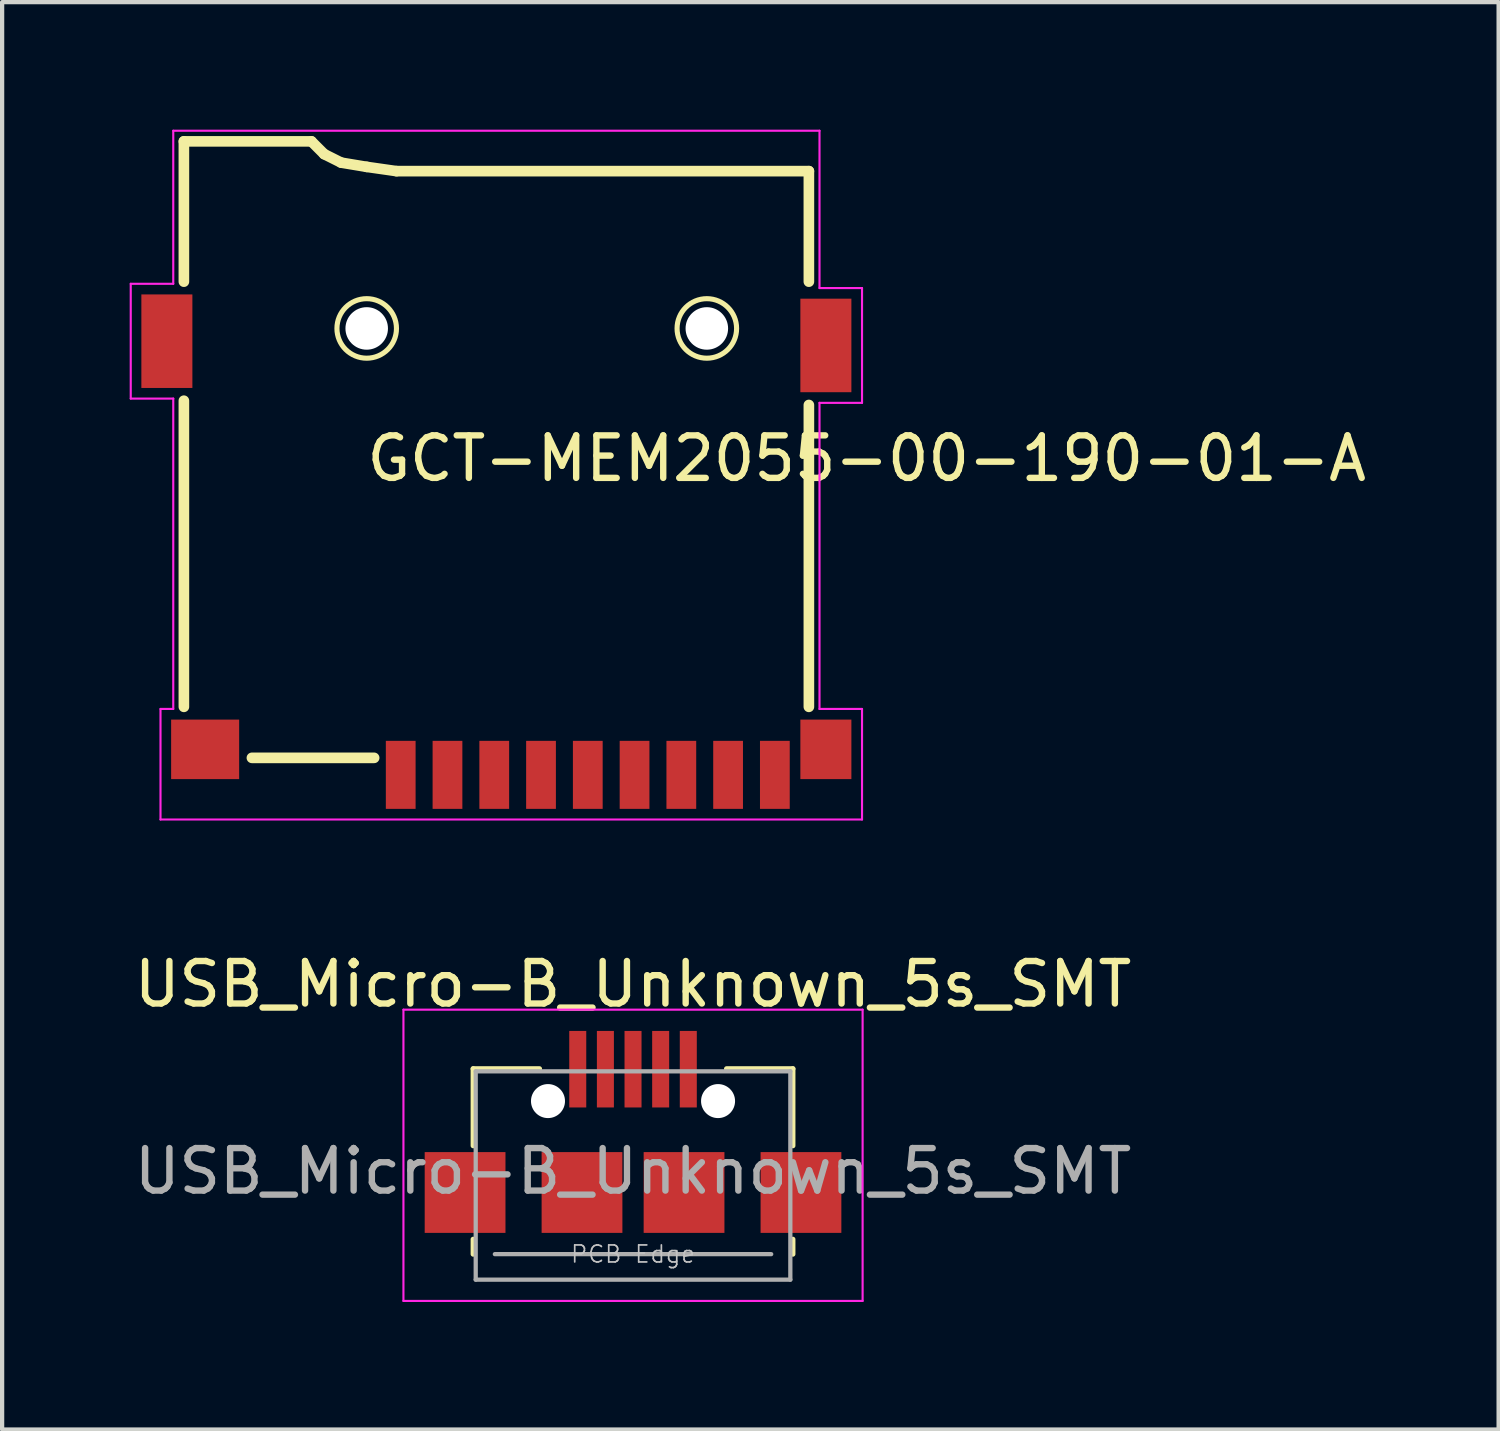
<source format=kicad_pcb>
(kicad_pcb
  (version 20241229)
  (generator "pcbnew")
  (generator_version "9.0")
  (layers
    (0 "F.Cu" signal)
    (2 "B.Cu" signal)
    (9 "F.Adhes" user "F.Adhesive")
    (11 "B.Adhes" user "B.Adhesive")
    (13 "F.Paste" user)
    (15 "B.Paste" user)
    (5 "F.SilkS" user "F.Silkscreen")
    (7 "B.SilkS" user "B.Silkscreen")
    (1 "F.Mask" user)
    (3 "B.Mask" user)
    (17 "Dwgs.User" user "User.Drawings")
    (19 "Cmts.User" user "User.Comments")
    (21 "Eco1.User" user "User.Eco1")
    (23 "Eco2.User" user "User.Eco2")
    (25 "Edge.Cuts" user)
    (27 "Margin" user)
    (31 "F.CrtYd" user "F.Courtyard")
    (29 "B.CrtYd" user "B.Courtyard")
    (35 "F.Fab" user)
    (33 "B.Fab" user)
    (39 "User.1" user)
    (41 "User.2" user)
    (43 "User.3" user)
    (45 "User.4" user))
  (footprint "GCT-MEM2055-00-190-01-A"
    (layer "F.Cu")
    (at 8.625 15.975)
    (property "Reference" "GCT-MEM2055-00-190-01-A" (at 8.71 -8.24 0) (layer "F.SilkS") (effects (font (size 1 1) (thickness 0.15))))
    (attr through_hole)
    (fp_line (start -7.35 -15.7) (end -7.35 -12.4) (stroke (width 0.25) (type solid)) (layer "F.SilkS"))
    (fp_line (start -7.35 -9.6) (end -7.35 -2.4) (stroke (width 0.25) (type solid)) (layer "F.SilkS"))
    (fp_line (start -4.35 -15.7) (end -7.35 -15.7) (stroke (width 0.25) (type solid)) (layer "F.SilkS"))
    (fp_line (start -4.05 -15.4) (end -4.35 -15.7) (stroke (width 0.25) (type solid)) (layer "F.SilkS"))
    (fp_line (start -3.65 -15.2) (end -4.05 -15.4) (stroke (width 0.25) (type solid)) (layer "F.SilkS"))
    (fp_line (start -3.05 -15.1) (end -3.65 -15.2) (stroke (width 0.25) (type solid)) (layer "F.SilkS"))
    (fp_line (start -2.875 -1.2) (end -5.75 -1.2) (stroke (width 0.25) (type solid)) (layer "F.SilkS"))
    (fp_line (start -2.35 -15) (end -3.05 -15.1) (stroke (width 0.25) (type solid)) (layer "F.SilkS"))
    (fp_line (start 7.35 -15) (end -2.35 -15) (stroke (width 0.25) (type solid)) (layer "F.SilkS"))
    (fp_line (start 7.35 -15) (end 7.35 -12.4) (stroke (width 0.25) (type solid)) (layer "F.SilkS"))
    (fp_line (start 7.35 -2.4) (end 7.35 -9.5) (stroke (width 0.25) (type solid)) (layer "F.SilkS"))
    (fp_circle (center -3.05 -11.3) (end -2.35 -11.3) (stroke (width 0.12) (type solid)) (fill no) (layer "F.SilkS"))
    (fp_circle (center 4.95 -11.3) (end 5.65 -11.3) (stroke (width 0.12) (type solid)) (fill no) (layer "F.SilkS"))
    (fp_line (start -8.6 -12.35) (end -8.6 -9.65) (stroke (width 0.05) (type solid)) (layer "F.CrtYd"))
    (fp_line (start -8.6 -12.35) (end -7.6 -12.35) (stroke (width 0.05) (type solid)) (layer "F.CrtYd"))
    (fp_line (start -8.6 -9.65) (end -7.6 -9.65) (stroke (width 0.05) (type solid)) (layer "F.CrtYd"))
    (fp_line (start -7.9 -2.35) (end -7.9 0.25) (stroke (width 0.05) (type solid)) (layer "F.CrtYd"))
    (fp_line (start -7.9 0.25) (end 8.6 0.25) (stroke (width 0.05) (type solid)) (layer "F.CrtYd"))
    (fp_line (start -7.6 -15.95) (end 7.6 -15.95) (stroke (width 0.05) (type solid)) (layer "F.CrtYd"))
    (fp_line (start -7.6 -12.35) (end -7.6 -15.95) (stroke (width 0.05) (type solid)) (layer "F.CrtYd"))
    (fp_line (start -7.6 -9.65) (end -7.6 -2.35) (stroke (width 0.05) (type solid)) (layer "F.CrtYd"))
    (fp_line (start -7.6 -2.35) (end -7.9 -2.35) (stroke (width 0.05) (type solid)) (layer "F.CrtYd"))
    (fp_line (start 7.6 -15.95) (end 7.6 -12.25) (stroke (width 0.05) (type solid)) (layer "F.CrtYd"))
    (fp_line (start 7.6 -12.25) (end 8.6 -12.25) (stroke (width 0.05) (type solid)) (layer "F.CrtYd"))
    (fp_line (start 7.6 -9.55) (end 7.6 -2.35) (stroke (width 0.05) (type solid)) (layer "F.CrtYd"))
    (fp_line (start 7.6 -9.55) (end 8.6 -9.55) (stroke (width 0.05) (type solid)) (layer "F.CrtYd"))
    (fp_line (start 7.6 -2.35) (end 8.6 -2.35) (stroke (width 0.05) (type solid)) (layer "F.CrtYd"))
    (fp_line (start 8.6 -12.25) (end 8.6 -9.55) (stroke (width 0.05) (type solid)) (layer "F.CrtYd"))
    (fp_line (start 8.6 -2.35) (end 8.6 0.25) (stroke (width 0.05) (type solid)) (layer "F.CrtYd"))
    (pad "" np_thru_hole circle (at -3.05 -11.3 180) (size 1 1) (drill 1) (layers "*.Cu" "*.Mask"))
    (pad "" np_thru_hole circle (at 4.95 -11.3 180) (size 1 1) (drill 1) (layers "*.Cu" "*.Mask"))
    (pad "1" smd rect (at -2.25 -0.8) (size 0.7 1.6) (layers "F.Cu" "F.Mask" "F.Paste"))
    (pad "2" smd rect (at -1.15 -0.8) (size 0.7 1.6) (layers "F.Cu" "F.Mask" "F.Paste"))
    (pad "3" smd rect (at -0.05 -0.8) (size 0.7 1.6) (layers "F.Cu" "F.Mask" "F.Paste"))
    (pad "4" smd rect (at 1.05 -0.8) (size 0.7 1.6) (layers "F.Cu" "F.Mask" "F.Paste"))
    (pad "5" smd rect (at 2.15 -0.8) (size 0.7 1.6) (layers "F.Cu" "F.Mask" "F.Paste"))
    (pad "6" smd rect (at 3.25 -0.8) (size 0.7 1.6) (layers "F.Cu" "F.Mask" "F.Paste"))
    (pad "7" smd rect (at 4.35 -0.8) (size 0.7 1.6) (layers "F.Cu" "F.Mask" "F.Paste"))
    (pad "8" smd rect (at 5.45 -0.8) (size 0.7 1.6) (layers "F.Cu" "F.Mask" "F.Paste"))
    (pad "9" smd rect (at 6.55 -0.8) (size 0.7 1.6) (layers "F.Cu" "F.Mask" "F.Paste"))
    (pad "10" smd rect (at -7.75 -11 180) (size 1.2 2.2) (layers "F.Cu" "F.Mask" "F.Paste"))
    (pad "10" smd rect (at -6.85 -1.4) (size 1.6 1.4) (layers "F.Cu" "F.Mask" "F.Paste"))
    (pad "10" smd rect (at 7.75 -10.9 180) (size 1.2 2.2) (layers "F.Cu" "F.Mask" "F.Paste"))
    (pad "10" smd rect (at 7.75 -1.4) (size 1.2 1.4) (layers "F.Cu" "F.Mask" "F.Paste")))
  (footprint "USB_Micro-B_Unknown_5s_SMT"
    (layer "F.Cu")
    (at 11.839 22.698)
    (property "Reference" "USB_Micro-B_Unknown_5s_SMT" (at 0 -2.6 180) (layer "F.SilkS") (effects (font (size 1 1) (thickness 0.15))))
    (attr smd)
    (fp_line (start -3.76 -0.61) (end -2.2 -0.61) (stroke (width 0.12) (type solid)) (layer "F.SilkS"))
    (fp_line (start -3.76 1.2) (end -3.76 -0.61) (stroke (width 0.12) (type solid)) (layer "F.SilkS"))
    (fp_line (start -3.76 3.4) (end -3.76 3.75) (stroke (width 0.12) (type solid)) (layer "F.SilkS"))
    (fp_line (start 3.76 -0.61) (end 2.2 -0.61) (stroke (width 0.12) (type solid)) (layer "F.SilkS"))
    (fp_line (start 3.76 1.2) (end 3.76 -0.61) (stroke (width 0.12) (type solid)) (layer "F.SilkS"))
    (fp_line (start 3.76 3.4) (end 3.76 3.75) (stroke (width 0.12) (type solid)) (layer "F.SilkS"))
    (fp_line (start -5.4 -2) (end -5.4 4.85) (stroke (width 0.05) (type solid)) (layer "F.CrtYd"))
    (fp_line (start -5.4 -2) (end 5.4 -2) (stroke (width 0.05) (type solid)) (layer "F.CrtYd"))
    (fp_line (start 5.4 -2) (end 5.4 4.85) (stroke (width 0.05) (type solid)) (layer "F.CrtYd"))
    (fp_line (start 5.4 4.85) (end -5.4 4.85) (stroke (width 0.05) (type solid)) (layer "F.CrtYd"))
    (fp_line (start -3.7 -0.55) (end -3.7 4.35) (stroke (width 0.1) (type solid)) (layer "F.Fab"))
    (fp_line (start -3.7 4.35) (end 3.7 4.35) (stroke (width 0.1) (type solid)) (layer "F.Fab"))
    (fp_line (start -3.25 3.75) (end 3.25 3.75) (stroke (width 0.1) (type solid)) (layer "F.Fab"))
    (fp_line (start 3.7 -0.55) (end -3.7 -0.55) (stroke (width 0.1) (type solid)) (layer "F.Fab"))
    (fp_line (start 3.7 4.35) (end 3.7 -0.55) (stroke (width 0.1) (type solid)) (layer "F.Fab"))
    (fp_text user "PCB Edge" (at 0 3.75 0) (layer "Dwgs.User") (effects (font (size 0.4 0.4) (thickness 0.04))))
    (fp_text user "${REFERENCE}" (at 0 1.8 180) (layer "F.Fab") (effects (font (size 1 1) (thickness 0.15))))
    (pad "" np_thru_hole circle (at -2 0.15) (size 0.8 0.8) (drill 0.8) (layers "*.Cu" "*.Mask"))
    (pad "" np_thru_hole circle (at 2 0.15) (size 0.8 0.8) (drill 0.8) (layers "*.Cu" "*.Mask"))
    (pad "1" smd rect (at -1.3 -0.6) (size 0.4 1.8) (layers "F.Cu" "F.Mask" "F.Paste"))
    (pad "2" smd rect (at -0.65 -0.6) (size 0.4 1.8) (layers "F.Cu" "F.Mask" "F.Paste"))
    (pad "3" smd rect (at 0 -0.6) (size 0.4 1.8) (layers "F.Cu" "F.Mask" "F.Paste"))
    (pad "4" smd rect (at 0.65 -0.6) (size 0.4 1.8) (layers "F.Cu" "F.Mask" "F.Paste"))
    (pad "5" smd rect (at 1.3 -0.6) (size 0.4 1.8) (layers "F.Cu" "F.Mask" "F.Paste"))
    (pad "6" smd rect (at -3.95 2.3) (size 1.9 1.9) (layers "F.Cu" "F.Mask" "F.Paste"))
    (pad "6" smd rect (at -1.2 2.3) (size 1.9 1.9) (layers "F.Cu" "F.Mask" "F.Paste"))
    (pad "6" smd rect (at 1.2 2.3) (size 1.9 1.9) (layers "F.Cu" "F.Mask" "F.Paste"))
    (pad "6" smd rect (at 3.95 2.3) (size 1.9 1.9) (layers "F.Cu" "F.Mask" "F.Paste")))
  (gr_rect
    (start -3 -3)
    (end 32.198 30.573)
    (stroke (width 0.1) (type default))
    (fill no)
    (layer "Edge.Cuts")))
</source>
